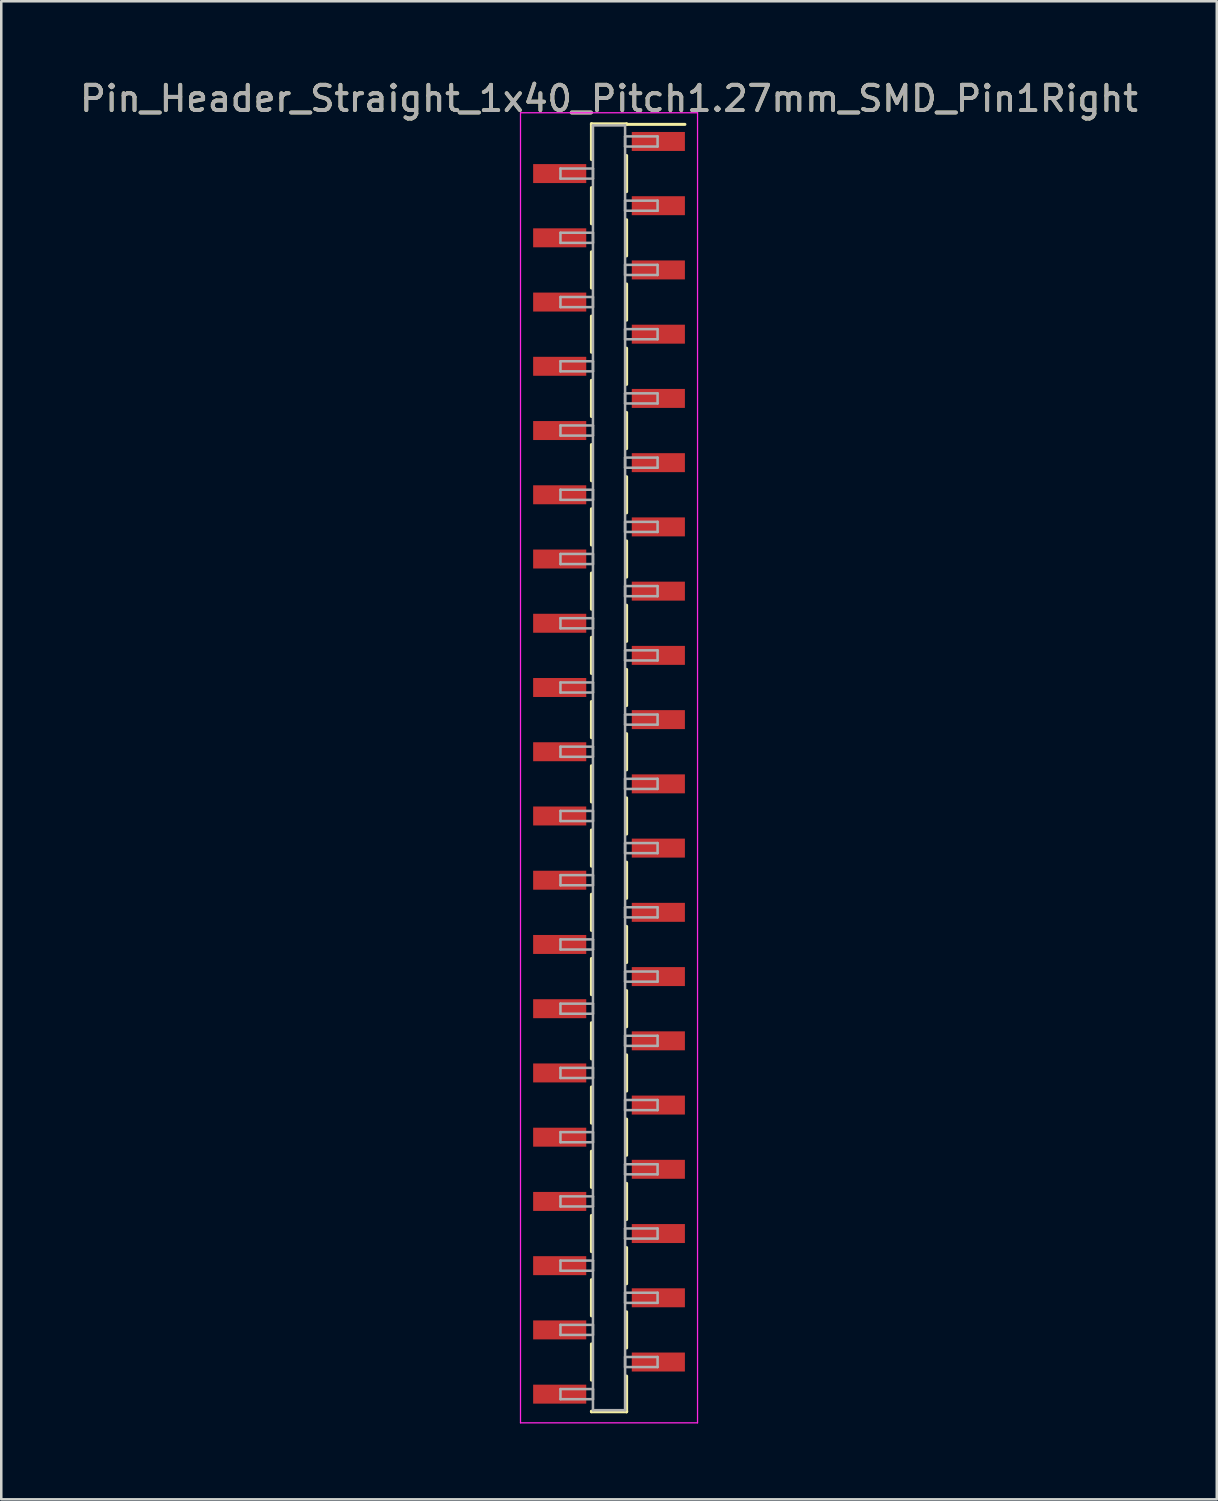
<source format=kicad_pcb>
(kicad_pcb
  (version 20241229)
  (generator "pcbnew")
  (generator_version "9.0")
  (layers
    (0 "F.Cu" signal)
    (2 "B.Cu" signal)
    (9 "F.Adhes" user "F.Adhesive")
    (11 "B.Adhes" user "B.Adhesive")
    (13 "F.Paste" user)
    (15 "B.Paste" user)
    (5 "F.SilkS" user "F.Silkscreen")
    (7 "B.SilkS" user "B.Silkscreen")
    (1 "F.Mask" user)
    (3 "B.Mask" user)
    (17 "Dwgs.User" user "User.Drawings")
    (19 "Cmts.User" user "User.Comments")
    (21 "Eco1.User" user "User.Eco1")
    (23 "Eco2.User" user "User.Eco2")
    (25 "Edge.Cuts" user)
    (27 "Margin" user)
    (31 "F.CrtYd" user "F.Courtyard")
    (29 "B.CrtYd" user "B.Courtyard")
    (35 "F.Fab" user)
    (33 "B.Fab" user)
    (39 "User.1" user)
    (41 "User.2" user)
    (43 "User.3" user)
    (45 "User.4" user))
  (footprint "Pin_Header_Straight_1x40_Pitch1.27mm_SMD_Pin1Right"
    (layer "F.Cu")
    (at 21.03 27.308)
    (property "Reference" "Pin_Header_Straight_1x40_Pitch1.27mm_SMD_Pin1Right" (at 0 -26.46 0) (layer "F.SilkS") (effects (font (size 1 1) (thickness 0.15))))
    (attr smd)
    (fp_line (start -0.695 -25.46) (end -0.695 -24.05) (stroke (width 0.12) (type solid)) (layer "F.SilkS"))
    (fp_line (start -0.695 -25.46) (end 0.695 -25.46) (stroke (width 0.12) (type solid)) (layer "F.SilkS"))
    (fp_line (start -0.695 -25.44) (end -0.695 -25.46) (stroke (width 0.12) (type solid)) (layer "F.SilkS"))
    (fp_line (start -0.695 -22.94) (end -0.695 -21.51) (stroke (width 0.12) (type solid)) (layer "F.SilkS"))
    (fp_line (start -0.695 -20.4) (end -0.695 -18.97) (stroke (width 0.12) (type solid)) (layer "F.SilkS"))
    (fp_line (start -0.695 -17.86) (end -0.695 -16.43) (stroke (width 0.12) (type solid)) (layer "F.SilkS"))
    (fp_line (start -0.695 -15.32) (end -0.695 -13.89) (stroke (width 0.12) (type solid)) (layer "F.SilkS"))
    (fp_line (start -0.695 -12.78) (end -0.695 -11.35) (stroke (width 0.12) (type solid)) (layer "F.SilkS"))
    (fp_line (start -0.695 -10.24) (end -0.695 -8.81) (stroke (width 0.12) (type solid)) (layer "F.SilkS"))
    (fp_line (start -0.695 -7.7) (end -0.695 -6.27) (stroke (width 0.12) (type solid)) (layer "F.SilkS"))
    (fp_line (start -0.695 -5.16) (end -0.695 -3.73) (stroke (width 0.12) (type solid)) (layer "F.SilkS"))
    (fp_line (start -0.695 -2.62) (end -0.695 -1.19) (stroke (width 0.12) (type solid)) (layer "F.SilkS"))
    (fp_line (start -0.695 -0.08) (end -0.695 1.35) (stroke (width 0.12) (type solid)) (layer "F.SilkS"))
    (fp_line (start -0.695 2.46) (end -0.695 3.89) (stroke (width 0.12) (type solid)) (layer "F.SilkS"))
    (fp_line (start -0.695 5) (end -0.695 6.43) (stroke (width 0.12) (type solid)) (layer "F.SilkS"))
    (fp_line (start -0.695 7.54) (end -0.695 8.97) (stroke (width 0.12) (type solid)) (layer "F.SilkS"))
    (fp_line (start -0.695 10.08) (end -0.695 11.51) (stroke (width 0.12) (type solid)) (layer "F.SilkS"))
    (fp_line (start -0.695 12.62) (end -0.695 14.05) (stroke (width 0.12) (type solid)) (layer "F.SilkS"))
    (fp_line (start -0.695 15.16) (end -0.695 16.59) (stroke (width 0.12) (type solid)) (layer "F.SilkS"))
    (fp_line (start -0.695 17.7) (end -0.695 19.13) (stroke (width 0.12) (type solid)) (layer "F.SilkS"))
    (fp_line (start -0.695 20.24) (end -0.695 21.67) (stroke (width 0.12) (type solid)) (layer "F.SilkS"))
    (fp_line (start -0.695 22.78) (end -0.695 24.21) (stroke (width 0.12) (type solid)) (layer "F.SilkS"))
    (fp_line (start -0.695 25.44) (end -0.695 25.46) (stroke (width 0.12) (type solid)) (layer "F.SilkS"))
    (fp_line (start -0.695 25.46) (end 0.695 25.46) (stroke (width 0.12) (type solid)) (layer "F.SilkS"))
    (fp_line (start 0.695 -25.46) (end 0.695 -25.44) (stroke (width 0.12) (type solid)) (layer "F.SilkS"))
    (fp_line (start 0.695 -25.44) (end 3 -25.44) (stroke (width 0.12) (type solid)) (layer "F.SilkS"))
    (fp_line (start 0.695 -24.21) (end 0.695 -22.78) (stroke (width 0.12) (type solid)) (layer "F.SilkS"))
    (fp_line (start 0.695 -21.67) (end 0.695 -20.24) (stroke (width 0.12) (type solid)) (layer "F.SilkS"))
    (fp_line (start 0.695 -19.13) (end 0.695 -17.7) (stroke (width 0.12) (type solid)) (layer "F.SilkS"))
    (fp_line (start 0.695 -16.59) (end 0.695 -15.16) (stroke (width 0.12) (type solid)) (layer "F.SilkS"))
    (fp_line (start 0.695 -14.05) (end 0.695 -12.62) (stroke (width 0.12) (type solid)) (layer "F.SilkS"))
    (fp_line (start 0.695 -11.51) (end 0.695 -10.08) (stroke (width 0.12) (type solid)) (layer "F.SilkS"))
    (fp_line (start 0.695 -8.97) (end 0.695 -7.54) (stroke (width 0.12) (type solid)) (layer "F.SilkS"))
    (fp_line (start 0.695 -6.43) (end 0.695 -5) (stroke (width 0.12) (type solid)) (layer "F.SilkS"))
    (fp_line (start 0.695 -3.89) (end 0.695 -2.46) (stroke (width 0.12) (type solid)) (layer "F.SilkS"))
    (fp_line (start 0.695 -1.35) (end 0.695 0.08) (stroke (width 0.12) (type solid)) (layer "F.SilkS"))
    (fp_line (start 0.695 1.19) (end 0.695 2.62) (stroke (width 0.12) (type solid)) (layer "F.SilkS"))
    (fp_line (start 0.695 3.73) (end 0.695 5.16) (stroke (width 0.12) (type solid)) (layer "F.SilkS"))
    (fp_line (start 0.695 6.27) (end 0.695 7.7) (stroke (width 0.12) (type solid)) (layer "F.SilkS"))
    (fp_line (start 0.695 8.81) (end 0.695 10.24) (stroke (width 0.12) (type solid)) (layer "F.SilkS"))
    (fp_line (start 0.695 11.35) (end 0.695 12.78) (stroke (width 0.12) (type solid)) (layer "F.SilkS"))
    (fp_line (start 0.695 13.89) (end 0.695 15.32) (stroke (width 0.12) (type solid)) (layer "F.SilkS"))
    (fp_line (start 0.695 16.43) (end 0.695 17.86) (stroke (width 0.12) (type solid)) (layer "F.SilkS"))
    (fp_line (start 0.695 18.97) (end 0.695 20.4) (stroke (width 0.12) (type solid)) (layer "F.SilkS"))
    (fp_line (start 0.695 21.51) (end 0.695 22.94) (stroke (width 0.12) (type solid)) (layer "F.SilkS"))
    (fp_line (start 0.695 24.05) (end 0.695 25.46) (stroke (width 0.12) (type solid)) (layer "F.SilkS"))
    (fp_line (start 0.695 25.46) (end 0.695 25.44) (stroke (width 0.12) (type solid)) (layer "F.SilkS"))
    (fp_line (start -3.5 -25.9) (end -3.5 25.9) (stroke (width 0.05) (type solid)) (layer "F.CrtYd"))
    (fp_line (start -3.5 25.9) (end 3.5 25.9) (stroke (width 0.05) (type solid)) (layer "F.CrtYd"))
    (fp_line (start 3.5 -25.9) (end -3.5 -25.9) (stroke (width 0.05) (type solid)) (layer "F.CrtYd"))
    (fp_line (start 3.5 25.9) (end 3.5 -25.9) (stroke (width 0.05) (type solid)) (layer "F.CrtYd"))
    (fp_line (start -1.92 -23.695) (end -0.635 -23.695) (stroke (width 0.1) (type solid)) (layer "F.Fab"))
    (fp_line (start -1.92 -23.295) (end -1.92 -23.695) (stroke (width 0.1) (type solid)) (layer "F.Fab"))
    (fp_line (start -1.92 -21.155) (end -0.635 -21.155) (stroke (width 0.1) (type solid)) (layer "F.Fab"))
    (fp_line (start -1.92 -20.755) (end -1.92 -21.155) (stroke (width 0.1) (type solid)) (layer "F.Fab"))
    (fp_line (start -1.92 -18.615) (end -0.635 -18.615) (stroke (width 0.1) (type solid)) (layer "F.Fab"))
    (fp_line (start -1.92 -18.215) (end -1.92 -18.615) (stroke (width 0.1) (type solid)) (layer "F.Fab"))
    (fp_line (start -1.92 -16.075) (end -0.635 -16.075) (stroke (width 0.1) (type solid)) (layer "F.Fab"))
    (fp_line (start -1.92 -15.675) (end -1.92 -16.075) (stroke (width 0.1) (type solid)) (layer "F.Fab"))
    (fp_line (start -1.92 -13.535) (end -0.635 -13.535) (stroke (width 0.1) (type solid)) (layer "F.Fab"))
    (fp_line (start -1.92 -13.135) (end -1.92 -13.535) (stroke (width 0.1) (type solid)) (layer "F.Fab"))
    (fp_line (start -1.92 -10.995) (end -0.635 -10.995) (stroke (width 0.1) (type solid)) (layer "F.Fab"))
    (fp_line (start -1.92 -10.595) (end -1.92 -10.995) (stroke (width 0.1) (type solid)) (layer "F.Fab"))
    (fp_line (start -1.92 -8.455) (end -0.635 -8.455) (stroke (width 0.1) (type solid)) (layer "F.Fab"))
    (fp_line (start -1.92 -8.055) (end -1.92 -8.455) (stroke (width 0.1) (type solid)) (layer "F.Fab"))
    (fp_line (start -1.92 -5.915) (end -0.635 -5.915) (stroke (width 0.1) (type solid)) (layer "F.Fab"))
    (fp_line (start -1.92 -5.515) (end -1.92 -5.915) (stroke (width 0.1) (type solid)) (layer "F.Fab"))
    (fp_line (start -1.92 -3.375) (end -0.635 -3.375) (stroke (width 0.1) (type solid)) (layer "F.Fab"))
    (fp_line (start -1.92 -2.975) (end -1.92 -3.375) (stroke (width 0.1) (type solid)) (layer "F.Fab"))
    (fp_line (start -1.92 -0.835) (end -0.635 -0.835) (stroke (width 0.1) (type solid)) (layer "F.Fab"))
    (fp_line (start -1.92 -0.435) (end -1.92 -0.835) (stroke (width 0.1) (type solid)) (layer "F.Fab"))
    (fp_line (start -1.92 1.705) (end -0.635 1.705) (stroke (width 0.1) (type solid)) (layer "F.Fab"))
    (fp_line (start -1.92 2.105) (end -1.92 1.705) (stroke (width 0.1) (type solid)) (layer "F.Fab"))
    (fp_line (start -1.92 4.245) (end -0.635 4.245) (stroke (width 0.1) (type solid)) (layer "F.Fab"))
    (fp_line (start -1.92 4.645) (end -1.92 4.245) (stroke (width 0.1) (type solid)) (layer "F.Fab"))
    (fp_line (start -1.92 6.785) (end -0.635 6.785) (stroke (width 0.1) (type solid)) (layer "F.Fab"))
    (fp_line (start -1.92 7.185) (end -1.92 6.785) (stroke (width 0.1) (type solid)) (layer "F.Fab"))
    (fp_line (start -1.92 9.325) (end -0.635 9.325) (stroke (width 0.1) (type solid)) (layer "F.Fab"))
    (fp_line (start -1.92 9.725) (end -1.92 9.325) (stroke (width 0.1) (type solid)) (layer "F.Fab"))
    (fp_line (start -1.92 11.865) (end -0.635 11.865) (stroke (width 0.1) (type solid)) (layer "F.Fab"))
    (fp_line (start -1.92 12.265) (end -1.92 11.865) (stroke (width 0.1) (type solid)) (layer "F.Fab"))
    (fp_line (start -1.92 14.405) (end -0.635 14.405) (stroke (width 0.1) (type solid)) (layer "F.Fab"))
    (fp_line (start -1.92 14.805) (end -1.92 14.405) (stroke (width 0.1) (type solid)) (layer "F.Fab"))
    (fp_line (start -1.92 16.945) (end -0.635 16.945) (stroke (width 0.1) (type solid)) (layer "F.Fab"))
    (fp_line (start -1.92 17.345) (end -1.92 16.945) (stroke (width 0.1) (type solid)) (layer "F.Fab"))
    (fp_line (start -1.92 19.485) (end -0.635 19.485) (stroke (width 0.1) (type solid)) (layer "F.Fab"))
    (fp_line (start -1.92 19.885) (end -1.92 19.485) (stroke (width 0.1) (type solid)) (layer "F.Fab"))
    (fp_line (start -1.92 22.025) (end -0.635 22.025) (stroke (width 0.1) (type solid)) (layer "F.Fab"))
    (fp_line (start -1.92 22.425) (end -1.92 22.025) (stroke (width 0.1) (type solid)) (layer "F.Fab"))
    (fp_line (start -1.92 24.565) (end -0.635 24.565) (stroke (width 0.1) (type solid)) (layer "F.Fab"))
    (fp_line (start -1.92 24.965) (end -1.92 24.565) (stroke (width 0.1) (type solid)) (layer "F.Fab"))
    (fp_line (start -0.635 -25.4) (end -0.635 25.4) (stroke (width 0.1) (type solid)) (layer "F.Fab"))
    (fp_line (start -0.635 -23.695) (end -0.635 -23.295) (stroke (width 0.1) (type solid)) (layer "F.Fab"))
    (fp_line (start -0.635 -23.295) (end -1.92 -23.295) (stroke (width 0.1) (type solid)) (layer "F.Fab"))
    (fp_line (start -0.635 -21.155) (end -0.635 -20.755) (stroke (width 0.1) (type solid)) (layer "F.Fab"))
    (fp_line (start -0.635 -20.755) (end -1.92 -20.755) (stroke (width 0.1) (type solid)) (layer "F.Fab"))
    (fp_line (start -0.635 -18.615) (end -0.635 -18.215) (stroke (width 0.1) (type solid)) (layer "F.Fab"))
    (fp_line (start -0.635 -18.215) (end -1.92 -18.215) (stroke (width 0.1) (type solid)) (layer "F.Fab"))
    (fp_line (start -0.635 -16.075) (end -0.635 -15.675) (stroke (width 0.1) (type solid)) (layer "F.Fab"))
    (fp_line (start -0.635 -15.675) (end -1.92 -15.675) (stroke (width 0.1) (type solid)) (layer "F.Fab"))
    (fp_line (start -0.635 -13.535) (end -0.635 -13.135) (stroke (width 0.1) (type solid)) (layer "F.Fab"))
    (fp_line (start -0.635 -13.135) (end -1.92 -13.135) (stroke (width 0.1) (type solid)) (layer "F.Fab"))
    (fp_line (start -0.635 -10.995) (end -0.635 -10.595) (stroke (width 0.1) (type solid)) (layer "F.Fab"))
    (fp_line (start -0.635 -10.595) (end -1.92 -10.595) (stroke (width 0.1) (type solid)) (layer "F.Fab"))
    (fp_line (start -0.635 -8.455) (end -0.635 -8.055) (stroke (width 0.1) (type solid)) (layer "F.Fab"))
    (fp_line (start -0.635 -8.055) (end -1.92 -8.055) (stroke (width 0.1) (type solid)) (layer "F.Fab"))
    (fp_line (start -0.635 -5.915) (end -0.635 -5.515) (stroke (width 0.1) (type solid)) (layer "F.Fab"))
    (fp_line (start -0.635 -5.515) (end -1.92 -5.515) (stroke (width 0.1) (type solid)) (layer "F.Fab"))
    (fp_line (start -0.635 -3.375) (end -0.635 -2.975) (stroke (width 0.1) (type solid)) (layer "F.Fab"))
    (fp_line (start -0.635 -2.975) (end -1.92 -2.975) (stroke (width 0.1) (type solid)) (layer "F.Fab"))
    (fp_line (start -0.635 -0.835) (end -0.635 -0.435) (stroke (width 0.1) (type solid)) (layer "F.Fab"))
    (fp_line (start -0.635 -0.435) (end -1.92 -0.435) (stroke (width 0.1) (type solid)) (layer "F.Fab"))
    (fp_line (start -0.635 1.705) (end -0.635 2.105) (stroke (width 0.1) (type solid)) (layer "F.Fab"))
    (fp_line (start -0.635 2.105) (end -1.92 2.105) (stroke (width 0.1) (type solid)) (layer "F.Fab"))
    (fp_line (start -0.635 4.245) (end -0.635 4.645) (stroke (width 0.1) (type solid)) (layer "F.Fab"))
    (fp_line (start -0.635 4.645) (end -1.92 4.645) (stroke (width 0.1) (type solid)) (layer "F.Fab"))
    (fp_line (start -0.635 6.785) (end -0.635 7.185) (stroke (width 0.1) (type solid)) (layer "F.Fab"))
    (fp_line (start -0.635 7.185) (end -1.92 7.185) (stroke (width 0.1) (type solid)) (layer "F.Fab"))
    (fp_line (start -0.635 9.325) (end -0.635 9.725) (stroke (width 0.1) (type solid)) (layer "F.Fab"))
    (fp_line (start -0.635 9.725) (end -1.92 9.725) (stroke (width 0.1) (type solid)) (layer "F.Fab"))
    (fp_line (start -0.635 11.865) (end -0.635 12.265) (stroke (width 0.1) (type solid)) (layer "F.Fab"))
    (fp_line (start -0.635 12.265) (end -1.92 12.265) (stroke (width 0.1) (type solid)) (layer "F.Fab"))
    (fp_line (start -0.635 14.405) (end -0.635 14.805) (stroke (width 0.1) (type solid)) (layer "F.Fab"))
    (fp_line (start -0.635 14.805) (end -1.92 14.805) (stroke (width 0.1) (type solid)) (layer "F.Fab"))
    (fp_line (start -0.635 16.945) (end -0.635 17.345) (stroke (width 0.1) (type solid)) (layer "F.Fab"))
    (fp_line (start -0.635 17.345) (end -1.92 17.345) (stroke (width 0.1) (type solid)) (layer "F.Fab"))
    (fp_line (start -0.635 19.485) (end -0.635 19.885) (stroke (width 0.1) (type solid)) (layer "F.Fab"))
    (fp_line (start -0.635 19.885) (end -1.92 19.885) (stroke (width 0.1) (type solid)) (layer "F.Fab"))
    (fp_line (start -0.635 22.025) (end -0.635 22.425) (stroke (width 0.1) (type solid)) (layer "F.Fab"))
    (fp_line (start -0.635 22.425) (end -1.92 22.425) (stroke (width 0.1) (type solid)) (layer "F.Fab"))
    (fp_line (start -0.635 24.565) (end -0.635 24.965) (stroke (width 0.1) (type solid)) (layer "F.Fab"))
    (fp_line (start -0.635 24.965) (end -1.92 24.965) (stroke (width 0.1) (type solid)) (layer "F.Fab"))
    (fp_line (start -0.635 25.4) (end 0.635 25.4) (stroke (width 0.1) (type solid)) (layer "F.Fab"))
    (fp_line (start 0.635 -25.4) (end -0.635 -25.4) (stroke (width 0.1) (type solid)) (layer "F.Fab"))
    (fp_line (start 0.635 -24.965) (end 0.635 -24.565) (stroke (width 0.1) (type solid)) (layer "F.Fab"))
    (fp_line (start 0.635 -24.565) (end 1.92 -24.565) (stroke (width 0.1) (type solid)) (layer "F.Fab"))
    (fp_line (start 0.635 -22.425) (end 0.635 -22.025) (stroke (width 0.1) (type solid)) (layer "F.Fab"))
    (fp_line (start 0.635 -22.025) (end 1.92 -22.025) (stroke (width 0.1) (type solid)) (layer "F.Fab"))
    (fp_line (start 0.635 -19.885) (end 0.635 -19.485) (stroke (width 0.1) (type solid)) (layer "F.Fab"))
    (fp_line (start 0.635 -19.485) (end 1.92 -19.485) (stroke (width 0.1) (type solid)) (layer "F.Fab"))
    (fp_line (start 0.635 -17.345) (end 0.635 -16.945) (stroke (width 0.1) (type solid)) (layer "F.Fab"))
    (fp_line (start 0.635 -16.945) (end 1.92 -16.945) (stroke (width 0.1) (type solid)) (layer "F.Fab"))
    (fp_line (start 0.635 -14.805) (end 0.635 -14.405) (stroke (width 0.1) (type solid)) (layer "F.Fab"))
    (fp_line (start 0.635 -14.405) (end 1.92 -14.405) (stroke (width 0.1) (type solid)) (layer "F.Fab"))
    (fp_line (start 0.635 -12.265) (end 0.635 -11.865) (stroke (width 0.1) (type solid)) (layer "F.Fab"))
    (fp_line (start 0.635 -11.865) (end 1.92 -11.865) (stroke (width 0.1) (type solid)) (layer "F.Fab"))
    (fp_line (start 0.635 -9.725) (end 0.635 -9.325) (stroke (width 0.1) (type solid)) (layer "F.Fab"))
    (fp_line (start 0.635 -9.325) (end 1.92 -9.325) (stroke (width 0.1) (type solid)) (layer "F.Fab"))
    (fp_line (start 0.635 -7.185) (end 0.635 -6.785) (stroke (width 0.1) (type solid)) (layer "F.Fab"))
    (fp_line (start 0.635 -6.785) (end 1.92 -6.785) (stroke (width 0.1) (type solid)) (layer "F.Fab"))
    (fp_line (start 0.635 -4.645) (end 0.635 -4.245) (stroke (width 0.1) (type solid)) (layer "F.Fab"))
    (fp_line (start 0.635 -4.245) (end 1.92 -4.245) (stroke (width 0.1) (type solid)) (layer "F.Fab"))
    (fp_line (start 0.635 -2.105) (end 0.635 -1.705) (stroke (width 0.1) (type solid)) (layer "F.Fab"))
    (fp_line (start 0.635 -1.705) (end 1.92 -1.705) (stroke (width 0.1) (type solid)) (layer "F.Fab"))
    (fp_line (start 0.635 0.435) (end 0.635 0.835) (stroke (width 0.1) (type solid)) (layer "F.Fab"))
    (fp_line (start 0.635 0.835) (end 1.92 0.835) (stroke (width 0.1) (type solid)) (layer "F.Fab"))
    (fp_line (start 0.635 2.975) (end 0.635 3.375) (stroke (width 0.1) (type solid)) (layer "F.Fab"))
    (fp_line (start 0.635 3.375) (end 1.92 3.375) (stroke (width 0.1) (type solid)) (layer "F.Fab"))
    (fp_line (start 0.635 5.515) (end 0.635 5.915) (stroke (width 0.1) (type solid)) (layer "F.Fab"))
    (fp_line (start 0.635 5.915) (end 1.92 5.915) (stroke (width 0.1) (type solid)) (layer "F.Fab"))
    (fp_line (start 0.635 8.055) (end 0.635 8.455) (stroke (width 0.1) (type solid)) (layer "F.Fab"))
    (fp_line (start 0.635 8.455) (end 1.92 8.455) (stroke (width 0.1) (type solid)) (layer "F.Fab"))
    (fp_line (start 0.635 10.595) (end 0.635 10.995) (stroke (width 0.1) (type solid)) (layer "F.Fab"))
    (fp_line (start 0.635 10.995) (end 1.92 10.995) (stroke (width 0.1) (type solid)) (layer "F.Fab"))
    (fp_line (start 0.635 13.135) (end 0.635 13.535) (stroke (width 0.1) (type solid)) (layer "F.Fab"))
    (fp_line (start 0.635 13.535) (end 1.92 13.535) (stroke (width 0.1) (type solid)) (layer "F.Fab"))
    (fp_line (start 0.635 15.675) (end 0.635 16.075) (stroke (width 0.1) (type solid)) (layer "F.Fab"))
    (fp_line (start 0.635 16.075) (end 1.92 16.075) (stroke (width 0.1) (type solid)) (layer "F.Fab"))
    (fp_line (start 0.635 18.215) (end 0.635 18.615) (stroke (width 0.1) (type solid)) (layer "F.Fab"))
    (fp_line (start 0.635 18.615) (end 1.92 18.615) (stroke (width 0.1) (type solid)) (layer "F.Fab"))
    (fp_line (start 0.635 20.755) (end 0.635 21.155) (stroke (width 0.1) (type solid)) (layer "F.Fab"))
    (fp_line (start 0.635 21.155) (end 1.92 21.155) (stroke (width 0.1) (type solid)) (layer "F.Fab"))
    (fp_line (start 0.635 23.295) (end 0.635 23.695) (stroke (width 0.1) (type solid)) (layer "F.Fab"))
    (fp_line (start 0.635 23.695) (end 1.92 23.695) (stroke (width 0.1) (type solid)) (layer "F.Fab"))
    (fp_line (start 0.635 25.4) (end 0.635 -25.4) (stroke (width 0.1) (type solid)) (layer "F.Fab"))
    (fp_line (start 1.92 -24.965) (end 0.635 -24.965) (stroke (width 0.1) (type solid)) (layer "F.Fab"))
    (fp_line (start 1.92 -24.565) (end 1.92 -24.965) (stroke (width 0.1) (type solid)) (layer "F.Fab"))
    (fp_line (start 1.92 -22.425) (end 0.635 -22.425) (stroke (width 0.1) (type solid)) (layer "F.Fab"))
    (fp_line (start 1.92 -22.025) (end 1.92 -22.425) (stroke (width 0.1) (type solid)) (layer "F.Fab"))
    (fp_line (start 1.92 -19.885) (end 0.635 -19.885) (stroke (width 0.1) (type solid)) (layer "F.Fab"))
    (fp_line (start 1.92 -19.485) (end 1.92 -19.885) (stroke (width 0.1) (type solid)) (layer "F.Fab"))
    (fp_line (start 1.92 -17.345) (end 0.635 -17.345) (stroke (width 0.1) (type solid)) (layer "F.Fab"))
    (fp_line (start 1.92 -16.945) (end 1.92 -17.345) (stroke (width 0.1) (type solid)) (layer "F.Fab"))
    (fp_line (start 1.92 -14.805) (end 0.635 -14.805) (stroke (width 0.1) (type solid)) (layer "F.Fab"))
    (fp_line (start 1.92 -14.405) (end 1.92 -14.805) (stroke (width 0.1) (type solid)) (layer "F.Fab"))
    (fp_line (start 1.92 -12.265) (end 0.635 -12.265) (stroke (width 0.1) (type solid)) (layer "F.Fab"))
    (fp_line (start 1.92 -11.865) (end 1.92 -12.265) (stroke (width 0.1) (type solid)) (layer "F.Fab"))
    (fp_line (start 1.92 -9.725) (end 0.635 -9.725) (stroke (width 0.1) (type solid)) (layer "F.Fab"))
    (fp_line (start 1.92 -9.325) (end 1.92 -9.725) (stroke (width 0.1) (type solid)) (layer "F.Fab"))
    (fp_line (start 1.92 -7.185) (end 0.635 -7.185) (stroke (width 0.1) (type solid)) (layer "F.Fab"))
    (fp_line (start 1.92 -6.785) (end 1.92 -7.185) (stroke (width 0.1) (type solid)) (layer "F.Fab"))
    (fp_line (start 1.92 -4.645) (end 0.635 -4.645) (stroke (width 0.1) (type solid)) (layer "F.Fab"))
    (fp_line (start 1.92 -4.245) (end 1.92 -4.645) (stroke (width 0.1) (type solid)) (layer "F.Fab"))
    (fp_line (start 1.92 -2.105) (end 0.635 -2.105) (stroke (width 0.1) (type solid)) (layer "F.Fab"))
    (fp_line (start 1.92 -1.705) (end 1.92 -2.105) (stroke (width 0.1) (type solid)) (layer "F.Fab"))
    (fp_line (start 1.92 0.435) (end 0.635 0.435) (stroke (width 0.1) (type solid)) (layer "F.Fab"))
    (fp_line (start 1.92 0.835) (end 1.92 0.435) (stroke (width 0.1) (type solid)) (layer "F.Fab"))
    (fp_line (start 1.92 2.975) (end 0.635 2.975) (stroke (width 0.1) (type solid)) (layer "F.Fab"))
    (fp_line (start 1.92 3.375) (end 1.92 2.975) (stroke (width 0.1) (type solid)) (layer "F.Fab"))
    (fp_line (start 1.92 5.515) (end 0.635 5.515) (stroke (width 0.1) (type solid)) (layer "F.Fab"))
    (fp_line (start 1.92 5.915) (end 1.92 5.515) (stroke (width 0.1) (type solid)) (layer "F.Fab"))
    (fp_line (start 1.92 8.055) (end 0.635 8.055) (stroke (width 0.1) (type solid)) (layer "F.Fab"))
    (fp_line (start 1.92 8.455) (end 1.92 8.055) (stroke (width 0.1) (type solid)) (layer "F.Fab"))
    (fp_line (start 1.92 10.595) (end 0.635 10.595) (stroke (width 0.1) (type solid)) (layer "F.Fab"))
    (fp_line (start 1.92 10.995) (end 1.92 10.595) (stroke (width 0.1) (type solid)) (layer "F.Fab"))
    (fp_line (start 1.92 13.135) (end 0.635 13.135) (stroke (width 0.1) (type solid)) (layer "F.Fab"))
    (fp_line (start 1.92 13.535) (end 1.92 13.135) (stroke (width 0.1) (type solid)) (layer "F.Fab"))
    (fp_line (start 1.92 15.675) (end 0.635 15.675) (stroke (width 0.1) (type solid)) (layer "F.Fab"))
    (fp_line (start 1.92 16.075) (end 1.92 15.675) (stroke (width 0.1) (type solid)) (layer "F.Fab"))
    (fp_line (start 1.92 18.215) (end 0.635 18.215) (stroke (width 0.1) (type solid)) (layer "F.Fab"))
    (fp_line (start 1.92 18.615) (end 1.92 18.215) (stroke (width 0.1) (type solid)) (layer "F.Fab"))
    (fp_line (start 1.92 20.755) (end 0.635 20.755) (stroke (width 0.1) (type solid)) (layer "F.Fab"))
    (fp_line (start 1.92 21.155) (end 1.92 20.755) (stroke (width 0.1) (type solid)) (layer "F.Fab"))
    (fp_line (start 1.92 23.295) (end 0.635 23.295) (stroke (width 0.1) (type solid)) (layer "F.Fab"))
    (fp_line (start 1.92 23.695) (end 1.92 23.295) (stroke (width 0.1) (type solid)) (layer "F.Fab"))
    (fp_text user "${REFERENCE}" (at 0 -26.46 0) (layer "F.Fab") (effects (font (size 1 1) (thickness 0.15))))
    (pad "1" smd rect (at 1.95 -24.765) (size 2.1 0.75) (layers "F.Cu" "F.Mask" "F.Paste"))
    (pad "2" smd rect (at -1.95 -23.495) (size 2.1 0.75) (layers "F.Cu" "F.Mask" "F.Paste"))
    (pad "3" smd rect (at 1.95 -22.225) (size 2.1 0.75) (layers "F.Cu" "F.Mask" "F.Paste"))
    (pad "4" smd rect (at -1.95 -20.955) (size 2.1 0.75) (layers "F.Cu" "F.Mask" "F.Paste"))
    (pad "5" smd rect (at 1.95 -19.685) (size 2.1 0.75) (layers "F.Cu" "F.Mask" "F.Paste"))
    (pad "6" smd rect (at -1.95 -18.415) (size 2.1 0.75) (layers "F.Cu" "F.Mask" "F.Paste"))
    (pad "7" smd rect (at 1.95 -17.145) (size 2.1 0.75) (layers "F.Cu" "F.Mask" "F.Paste"))
    (pad "8" smd rect (at -1.95 -15.875) (size 2.1 0.75) (layers "F.Cu" "F.Mask" "F.Paste"))
    (pad "9" smd rect (at 1.95 -14.605) (size 2.1 0.75) (layers "F.Cu" "F.Mask" "F.Paste"))
    (pad "10" smd rect (at -1.95 -13.335) (size 2.1 0.75) (layers "F.Cu" "F.Mask" "F.Paste"))
    (pad "11" smd rect (at 1.95 -12.065) (size 2.1 0.75) (layers "F.Cu" "F.Mask" "F.Paste"))
    (pad "12" smd rect (at -1.95 -10.795) (size 2.1 0.75) (layers "F.Cu" "F.Mask" "F.Paste"))
    (pad "13" smd rect (at 1.95 -9.525) (size 2.1 0.75) (layers "F.Cu" "F.Mask" "F.Paste"))
    (pad "14" smd rect (at -1.95 -8.255) (size 2.1 0.75) (layers "F.Cu" "F.Mask" "F.Paste"))
    (pad "15" smd rect (at 1.95 -6.985) (size 2.1 0.75) (layers "F.Cu" "F.Mask" "F.Paste"))
    (pad "16" smd rect (at -1.95 -5.715) (size 2.1 0.75) (layers "F.Cu" "F.Mask" "F.Paste"))
    (pad "17" smd rect (at 1.95 -4.445) (size 2.1 0.75) (layers "F.Cu" "F.Mask" "F.Paste"))
    (pad "18" smd rect (at -1.95 -3.175) (size 2.1 0.75) (layers "F.Cu" "F.Mask" "F.Paste"))
    (pad "19" smd rect (at 1.95 -1.905) (size 2.1 0.75) (layers "F.Cu" "F.Mask" "F.Paste"))
    (pad "20" smd rect (at -1.95 -0.635) (size 2.1 0.75) (layers "F.Cu" "F.Mask" "F.Paste"))
    (pad "21" smd rect (at 1.95 0.635) (size 2.1 0.75) (layers "F.Cu" "F.Mask" "F.Paste"))
    (pad "22" smd rect (at -1.95 1.905) (size 2.1 0.75) (layers "F.Cu" "F.Mask" "F.Paste"))
    (pad "23" smd rect (at 1.95 3.175) (size 2.1 0.75) (layers "F.Cu" "F.Mask" "F.Paste"))
    (pad "24" smd rect (at -1.95 4.445) (size 2.1 0.75) (layers "F.Cu" "F.Mask" "F.Paste"))
    (pad "25" smd rect (at 1.95 5.715) (size 2.1 0.75) (layers "F.Cu" "F.Mask" "F.Paste"))
    (pad "26" smd rect (at -1.95 6.985) (size 2.1 0.75) (layers "F.Cu" "F.Mask" "F.Paste"))
    (pad "27" smd rect (at 1.95 8.255) (size 2.1 0.75) (layers "F.Cu" "F.Mask" "F.Paste"))
    (pad "28" smd rect (at -1.95 9.525) (size 2.1 0.75) (layers "F.Cu" "F.Mask" "F.Paste"))
    (pad "29" smd rect (at 1.95 10.795) (size 2.1 0.75) (layers "F.Cu" "F.Mask" "F.Paste"))
    (pad "30" smd rect (at -1.95 12.065) (size 2.1 0.75) (layers "F.Cu" "F.Mask" "F.Paste"))
    (pad "31" smd rect (at 1.95 13.335) (size 2.1 0.75) (layers "F.Cu" "F.Mask" "F.Paste"))
    (pad "32" smd rect (at -1.95 14.605) (size 2.1 0.75) (layers "F.Cu" "F.Mask" "F.Paste"))
    (pad "33" smd rect (at 1.95 15.875) (size 2.1 0.75) (layers "F.Cu" "F.Mask" "F.Paste"))
    (pad "34" smd rect (at -1.95 17.145) (size 2.1 0.75) (layers "F.Cu" "F.Mask" "F.Paste"))
    (pad "35" smd rect (at 1.95 18.415) (size 2.1 0.75) (layers "F.Cu" "F.Mask" "F.Paste"))
    (pad "36" smd rect (at -1.95 19.685) (size 2.1 0.75) (layers "F.Cu" "F.Mask" "F.Paste"))
    (pad "37" smd rect (at 1.95 20.955) (size 2.1 0.75) (layers "F.Cu" "F.Mask" "F.Paste"))
    (pad "38" smd rect (at -1.95 22.225) (size 2.1 0.75) (layers "F.Cu" "F.Mask" "F.Paste"))
    (pad "39" smd rect (at 1.95 23.495) (size 2.1 0.75) (layers "F.Cu" "F.Mask" "F.Paste"))
    (pad "40" smd rect (at -1.95 24.765) (size 2.1 0.75) (layers "F.Cu" "F.Mask" "F.Paste")))
  (gr_rect
    (start -3 -3)
    (end 45.06 56.233)
    (stroke (width 0.1) (type default))
    (fill no)
    (layer "Edge.Cuts")))
</source>
